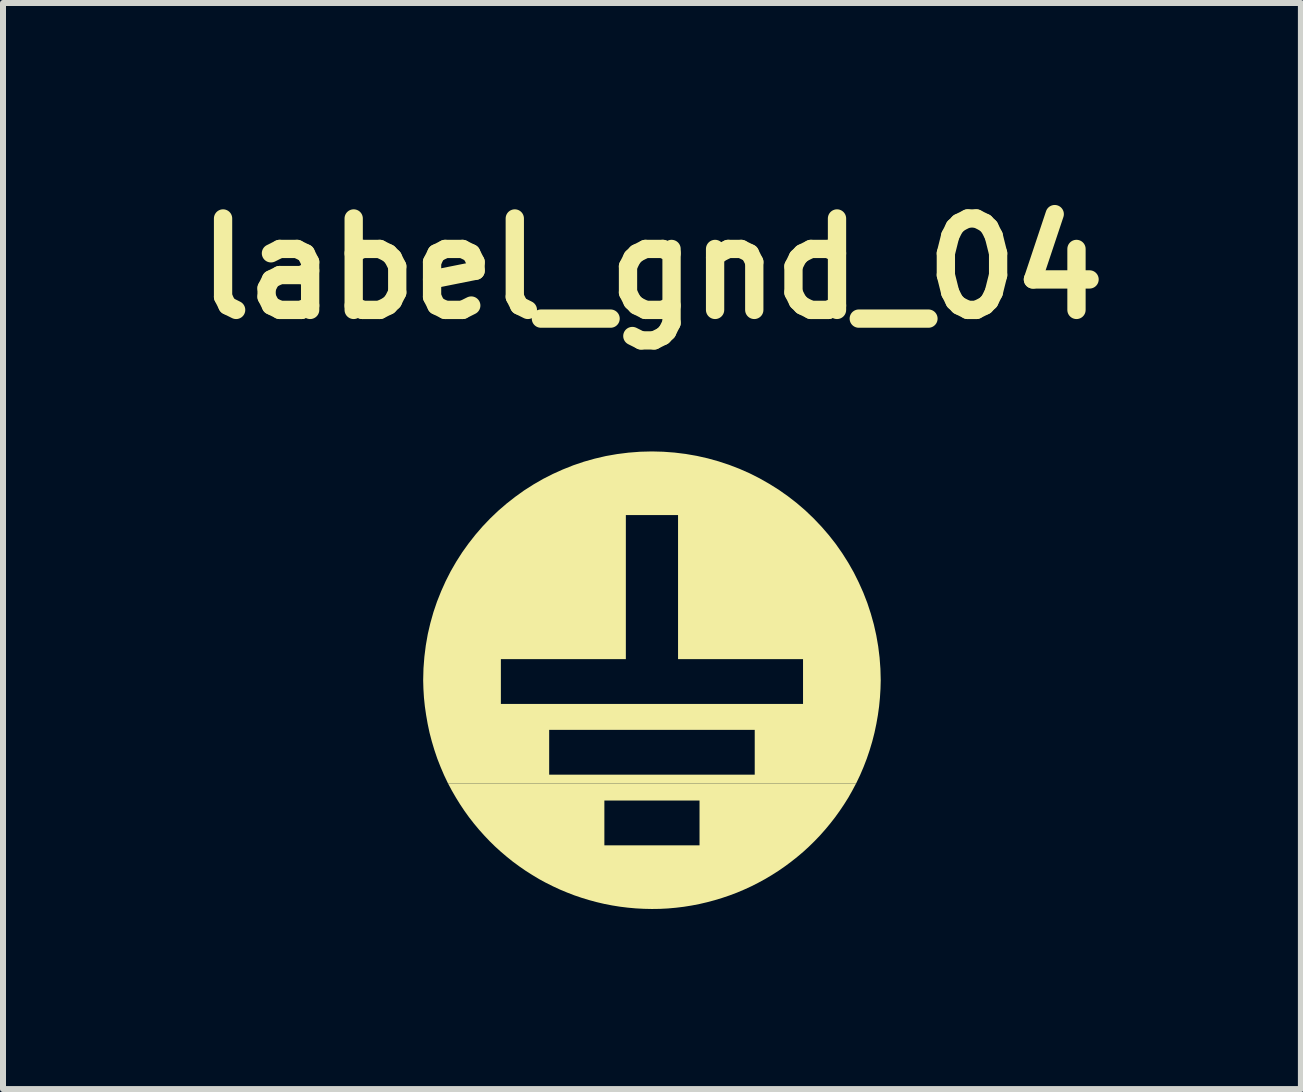
<source format=kicad_pcb>
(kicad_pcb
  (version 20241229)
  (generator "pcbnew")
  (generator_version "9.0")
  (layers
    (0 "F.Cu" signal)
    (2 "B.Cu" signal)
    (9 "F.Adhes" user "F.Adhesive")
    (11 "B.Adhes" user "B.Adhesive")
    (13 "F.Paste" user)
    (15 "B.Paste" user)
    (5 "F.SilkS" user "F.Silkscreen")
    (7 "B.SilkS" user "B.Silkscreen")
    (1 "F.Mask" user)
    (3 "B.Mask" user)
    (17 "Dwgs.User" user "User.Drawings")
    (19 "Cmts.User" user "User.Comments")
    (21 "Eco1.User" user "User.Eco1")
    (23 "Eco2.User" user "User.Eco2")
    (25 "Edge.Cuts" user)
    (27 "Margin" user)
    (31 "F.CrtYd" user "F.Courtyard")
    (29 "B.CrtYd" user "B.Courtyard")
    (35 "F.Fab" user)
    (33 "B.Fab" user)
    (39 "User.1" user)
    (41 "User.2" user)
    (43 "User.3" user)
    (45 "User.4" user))
  (footprint "label_gnd_04"
    (layer "F.Cu")
    (at 7.816 8.287)
    (property "Reference" "label_gnd_04" (at 0 -6.861 0) (layer "F.SilkS") (effects (font (size 1.524 1.524) (thickness 0.305))))
    (attr smd)
    (fp_poly (pts (xy -3.764 0.58) (xy -1.713 0.828) (xy 1.713 0.828) (xy 1.713 1.574) (xy -1.713 1.574) (xy -1.713 0.828) (xy -3.764 0.58) (xy -3.738 0.728) (xy -3.707 0.875) (xy -3.669 1.02) (xy -3.626 1.164) (xy -3.578 1.306) (xy -3.523 1.446) (xy -3.464 1.584) (xy -3.399 1.72) (xy 3.403 1.72) (xy 3.468 1.584) (xy 3.527 1.446) (xy 3.581 1.306) (xy 3.629 1.164) (xy 3.672 1.02) (xy 3.709 0.875) (xy 3.74 0.728) (xy 3.766 0.58) (xy -3.764 0.58)) (stroke (width 0) (type solid)) (fill yes) (layer "F.SilkS"))
    (fp_poly (pts (xy -3.399 1.72) (xy -0.793 2.006) (xy 0.793 2.006) (xy 0.793 2.752) (xy -0.793 2.752) (xy -0.793 2.006) (xy -3.399 1.72) (xy -3.336 1.838) (xy -3.269 1.954) (xy -3.199 2.067) (xy -3.125 2.178) (xy -3.048 2.285) (xy -2.967 2.389) (xy -2.883 2.49) (xy -2.796 2.587) (xy -2.706 2.682) (xy -2.613 2.773) (xy -2.516 2.861) (xy -2.417 2.945) (xy -2.316 3.026) (xy -2.211 3.103) (xy -2.104 3.177) (xy -1.995 3.246) (xy -1.884 3.313) (xy -1.77 3.375) (xy -1.654 3.433) (xy -1.536 3.488) (xy -1.416 3.538) (xy -1.295 3.585) (xy -1.171 3.627) (xy -1.046 3.665) (xy -0.92 3.699) (xy -0.792 3.729) (xy -0.663 3.754) (xy -0.532 3.775) (xy -0.401 3.791) (xy -0.268 3.803) (xy -0.135 3.81) (xy -0.000275 3.813) (xy 0.134 3.811) (xy 0.268 3.804) (xy 0.401 3.792) (xy 0.532 3.776) (xy 0.663 3.755) (xy 0.792 3.73) (xy 0.92 3.7) (xy 1.047 3.666) (xy 1.172 3.628) (xy 1.296 3.586) (xy 1.418 3.54) (xy 1.538 3.489) (xy 1.656 3.435) (xy 1.772 3.376) (xy 1.886 3.314) (xy 1.997 3.248) (xy 2.107 3.178) (xy 2.214 3.104) (xy 2.318 3.027) (xy 2.42 2.946) (xy 2.52 2.862) (xy 2.616 2.774) (xy 2.709 2.683) (xy 2.8 2.588) (xy 2.887 2.49) (xy 2.971 2.389) (xy 3.052 2.285) (xy 3.129 2.178) (xy 3.203 2.068) (xy 3.274 1.955) (xy 3.34 1.838) (xy 3.403 1.72) (xy -3.399 1.72)) (stroke (width 0) (type solid)) (fill yes) (layer "F.SilkS"))
    (fp_poly (pts (xy -0.000275 -3.813) (xy -0.435 -2.752) (xy 0.435 -2.752) (xy 0.435 -0.351) (xy 2.518 -0.351) (xy 2.518 0.395) (xy 0.435 0.395) (xy -0.435 0.395) (xy -2.518 0.395) (xy -2.518 -0.351) (xy -0.435 -0.351) (xy -0.435 -2.752) (xy -0.000275 -3.813) (xy -0.196 -3.808) (xy -0.39 -3.793) (xy -0.581 -3.769) (xy -0.769 -3.736) (xy -0.953 -3.693) (xy -1.134 -3.642) (xy -1.311 -3.582) (xy -1.484 -3.513) (xy -1.653 -3.437) (xy -1.818 -3.353) (xy -1.977 -3.261) (xy -2.132 -3.162) (xy -2.281 -3.055) (xy -2.425 -2.942) (xy -2.564 -2.822) (xy -2.696 -2.696) (xy -2.822 -2.564) (xy -2.942 -2.425) (xy -3.055 -2.281) (xy -3.162 -2.132) (xy -3.261 -1.977) (xy -3.353 -1.818) (xy -3.437 -1.653) (xy -3.513 -1.484) (xy -3.582 -1.311) (xy -3.642 -1.134) (xy -3.693 -0.953) (xy -3.736 -0.769) (xy -3.769 -0.581) (xy -3.793 -0.39) (xy -3.808 -0.196) (xy -3.813 -0.000275) (xy -3.809 0.145) (xy -3.8 0.291) (xy -3.785 0.435) (xy -3.764 0.58) (xy 3.766 0.58) (xy 3.786 0.435) (xy 3.8 0.291) (xy 3.809 0.145) (xy 3.813 -0.000275) (xy 3.808 -0.189) (xy 3.794 -0.377) (xy 3.771 -0.563) (xy 3.739 -0.748) (xy 3.698 -0.93) (xy 3.648 -1.109) (xy 3.59 -1.286) (xy 3.523 -1.459) (xy 3.447 -1.629) (xy 3.364 -1.796) (xy 3.272 -1.958) (xy 3.172 -2.116) (xy 3.065 -2.269) (xy 2.949 -2.417) (xy 2.826 -2.559) (xy 2.696 -2.696) (xy 2.559 -2.827) (xy 2.416 -2.95) (xy 2.268 -3.065) (xy 2.115 -3.173) (xy 1.957 -3.272) (xy 1.795 -3.364) (xy 1.629 -3.448) (xy 1.459 -3.523) (xy 1.285 -3.59) (xy 1.109 -3.648) (xy 0.929 -3.698) (xy 0.747 -3.739) (xy 0.563 -3.771) (xy 0.377 -3.794) (xy 0.189 -3.808) (xy -0.000275 -3.813)) (stroke (width 0) (type solid)) (fill yes) (layer "F.SilkS")))
  (gr_rect
    (start -3 -3)
    (end 18.632 15.101)
    (stroke (width 0.1) (type default))
    (fill no)
    (layer "Edge.Cuts")))
</source>
